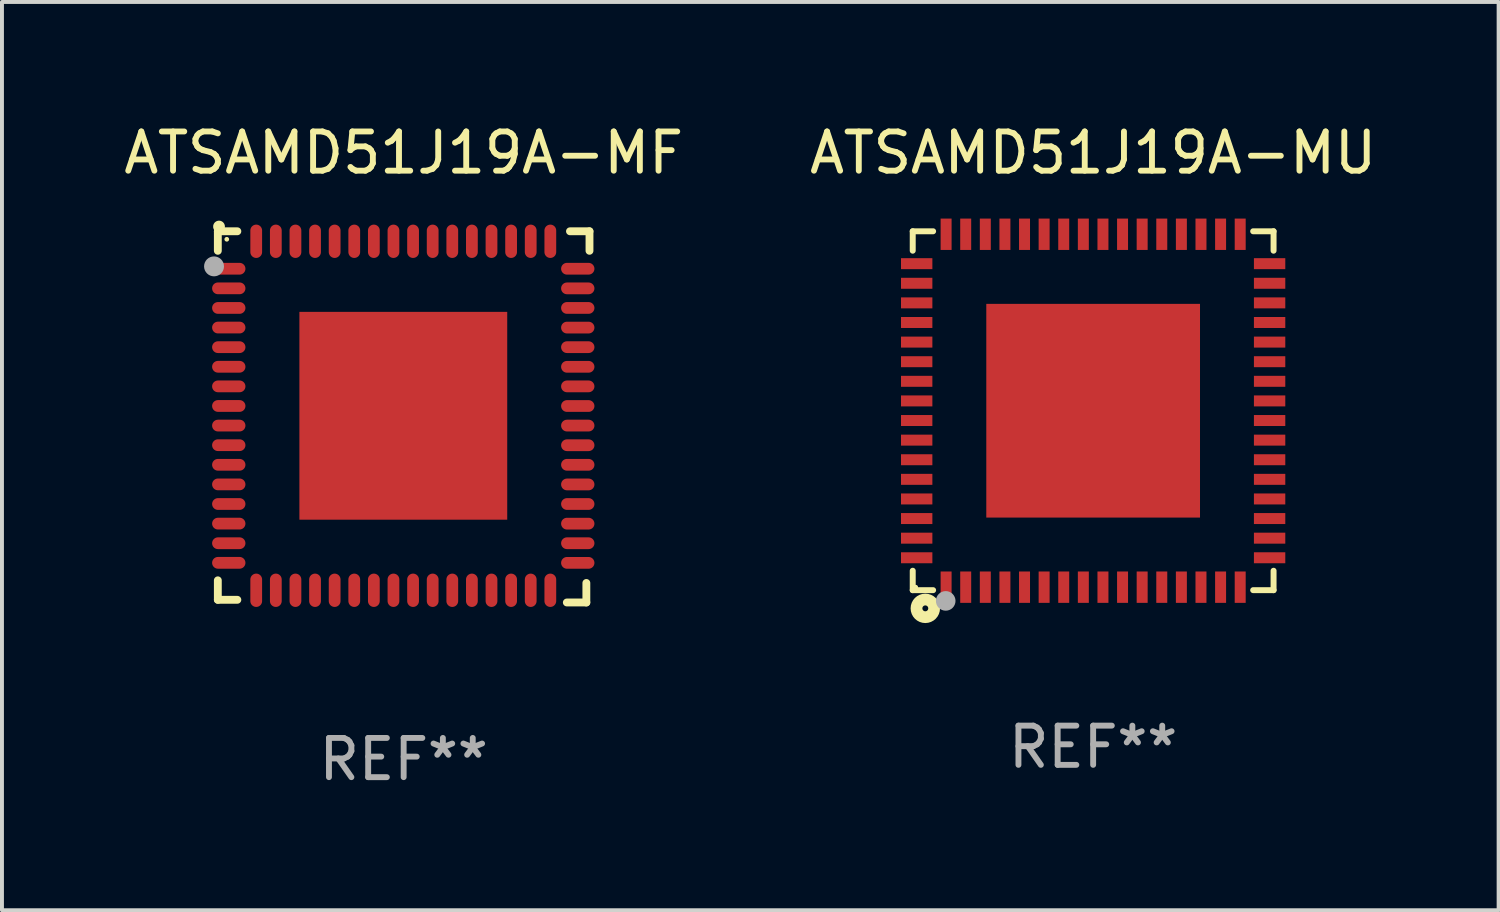
<source format=kicad_pcb>
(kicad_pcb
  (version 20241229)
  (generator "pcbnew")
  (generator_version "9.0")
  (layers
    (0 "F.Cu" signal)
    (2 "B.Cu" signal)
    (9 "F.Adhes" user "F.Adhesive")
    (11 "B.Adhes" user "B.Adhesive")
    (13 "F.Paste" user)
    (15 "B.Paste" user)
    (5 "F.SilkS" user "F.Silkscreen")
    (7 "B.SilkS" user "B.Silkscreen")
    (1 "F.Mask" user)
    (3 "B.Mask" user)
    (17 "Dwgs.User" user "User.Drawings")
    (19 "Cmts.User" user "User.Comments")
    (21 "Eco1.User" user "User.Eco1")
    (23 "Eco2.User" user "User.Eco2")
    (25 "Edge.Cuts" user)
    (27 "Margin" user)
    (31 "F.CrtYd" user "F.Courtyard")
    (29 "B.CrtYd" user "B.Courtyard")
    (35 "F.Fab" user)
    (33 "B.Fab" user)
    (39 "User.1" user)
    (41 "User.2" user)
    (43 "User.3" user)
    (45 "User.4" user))
  (footprint "ATSAMD51J19A-MU"
    (layer "F.Cu")
    (at 24.827 7.424)
    (property "Reference" "ATSAMD51J19A-MU" (at 0 -6.576 0) (layer "F.SilkS") (effects (font (size 1 1) (thickness 0.15))))
    (attr through_hole)
    (fp_line (start -4.601 -4.576) (end -4.081 -4.576) (stroke (width 0.152) (type solid)) (layer "F.SilkS"))
    (fp_line (start -4.601 -4.081) (end -4.601 -4.576) (stroke (width 0.152) (type solid)) (layer "F.SilkS"))
    (fp_line (start -4.601 4.081) (end -4.601 4.576) (stroke (width 0.152) (type solid)) (layer "F.SilkS"))
    (fp_line (start -4.601 4.576) (end -4.081 4.576) (stroke (width 0.152) (type solid)) (layer "F.SilkS"))
    (fp_line (start 4.601 -4.576) (end 4.081 -4.576) (stroke (width 0.152) (type solid)) (layer "F.SilkS"))
    (fp_line (start 4.601 -4.081) (end 4.601 -4.576) (stroke (width 0.152) (type solid)) (layer "F.SilkS"))
    (fp_line (start 4.601 4.081) (end 4.601 4.576) (stroke (width 0.152) (type solid)) (layer "F.SilkS"))
    (fp_line (start 4.601 4.576) (end 4.081 4.576) (stroke (width 0.152) (type solid)) (layer "F.SilkS"))
    (fp_circle (center -4.525 4.5) (end -4.495 4.5) (stroke (width 0.06) (type solid)) (fill no) (layer "F.SilkS"))
    (fp_circle (center -4.28 5.04) (end -4.205 5.04) (stroke (width 0.3) (type solid)) (fill no) (layer "F.SilkS"))
    (fp_circle (center -3.76 4.85) (end -3.635 4.85) (stroke (width 0.25) (type solid)) (fill no) (layer "F.Fab"))
    (fp_text user "REF**" (at 0 8.576 0) (layer "F.Fab") (effects (font (size 1 1) (thickness 0.15))))
    (pad "1" smd rect (at -3.75 4.5) (size 0.28 0.8) (layers "F.Cu" "F.Mask" "F.Paste"))
    (pad "2" smd rect (at -3.25 4.5) (size 0.28 0.8) (layers "F.Cu" "F.Mask" "F.Paste"))
    (pad "3" smd rect (at -2.75 4.5) (size 0.28 0.8) (layers "F.Cu" "F.Mask" "F.Paste"))
    (pad "4" smd rect (at -2.25 4.5) (size 0.28 0.8) (layers "F.Cu" "F.Mask" "F.Paste"))
    (pad "5" smd rect (at -1.75 4.5) (size 0.28 0.8) (layers "F.Cu" "F.Mask" "F.Paste"))
    (pad "6" smd rect (at -1.25 4.5) (size 0.28 0.8) (layers "F.Cu" "F.Mask" "F.Paste"))
    (pad "7" smd rect (at -0.75 4.5) (size 0.28 0.8) (layers "F.Cu" "F.Mask" "F.Paste"))
    (pad "8" smd rect (at -0.25 4.5) (size 0.28 0.8) (layers "F.Cu" "F.Mask" "F.Paste"))
    (pad "9" smd rect (at 0.25 4.5) (size 0.28 0.8) (layers "F.Cu" "F.Mask" "F.Paste"))
    (pad "10" smd rect (at 0.75 4.5) (size 0.28 0.8) (layers "F.Cu" "F.Mask" "F.Paste"))
    (pad "11" smd rect (at 1.25 4.5) (size 0.28 0.8) (layers "F.Cu" "F.Mask" "F.Paste"))
    (pad "12" smd rect (at 1.75 4.5) (size 0.28 0.8) (layers "F.Cu" "F.Mask" "F.Paste"))
    (pad "13" smd rect (at 2.25 4.5) (size 0.28 0.8) (layers "F.Cu" "F.Mask" "F.Paste"))
    (pad "14" smd rect (at 2.75 4.5) (size 0.28 0.8) (layers "F.Cu" "F.Mask" "F.Paste"))
    (pad "15" smd rect (at 3.25 4.5) (size 0.28 0.8) (layers "F.Cu" "F.Mask" "F.Paste"))
    (pad "16" smd rect (at 3.75 4.5) (size 0.28 0.8) (layers "F.Cu" "F.Mask" "F.Paste"))
    (pad "17" smd rect (at 4.5 3.75) (size 0.8 0.28) (layers "F.Cu" "F.Mask" "F.Paste"))
    (pad "18" smd rect (at 4.5 3.25) (size 0.8 0.28) (layers "F.Cu" "F.Mask" "F.Paste"))
    (pad "19" smd rect (at 4.5 2.75) (size 0.8 0.28) (layers "F.Cu" "F.Mask" "F.Paste"))
    (pad "20" smd rect (at 4.5 2.25) (size 0.8 0.28) (layers "F.Cu" "F.Mask" "F.Paste"))
    (pad "21" smd rect (at 4.5 1.75) (size 0.8 0.28) (layers "F.Cu" "F.Mask" "F.Paste"))
    (pad "22" smd rect (at 4.5 1.25) (size 0.8 0.28) (layers "F.Cu" "F.Mask" "F.Paste"))
    (pad "23" smd rect (at 4.5 0.75) (size 0.8 0.28) (layers "F.Cu" "F.Mask" "F.Paste"))
    (pad "24" smd rect (at 4.5 0.25) (size 0.8 0.28) (layers "F.Cu" "F.Mask" "F.Paste"))
    (pad "25" smd rect (at 4.5 -0.25) (size 0.8 0.28) (layers "F.Cu" "F.Mask" "F.Paste"))
    (pad "26" smd rect (at 4.5 -0.75) (size 0.8 0.28) (layers "F.Cu" "F.Mask" "F.Paste"))
    (pad "27" smd rect (at 4.5 -1.25) (size 0.8 0.28) (layers "F.Cu" "F.Mask" "F.Paste"))
    (pad "28" smd rect (at 4.5 -1.75) (size 0.8 0.28) (layers "F.Cu" "F.Mask" "F.Paste"))
    (pad "29" smd rect (at 4.5 -2.25) (size 0.8 0.28) (layers "F.Cu" "F.Mask" "F.Paste"))
    (pad "30" smd rect (at 4.5 -2.75) (size 0.8 0.28) (layers "F.Cu" "F.Mask" "F.Paste"))
    (pad "31" smd rect (at 4.5 -3.25) (size 0.8 0.28) (layers "F.Cu" "F.Mask" "F.Paste"))
    (pad "32" smd rect (at 4.5 -3.75) (size 0.8 0.28) (layers "F.Cu" "F.Mask" "F.Paste"))
    (pad "33" smd rect (at 3.75 -4.5) (size 0.28 0.8) (layers "F.Cu" "F.Mask" "F.Paste"))
    (pad "34" smd rect (at 3.25 -4.5) (size 0.28 0.8) (layers "F.Cu" "F.Mask" "F.Paste"))
    (pad "35" smd rect (at 2.75 -4.5) (size 0.28 0.8) (layers "F.Cu" "F.Mask" "F.Paste"))
    (pad "36" smd rect (at 2.25 -4.5) (size 0.28 0.8) (layers "F.Cu" "F.Mask" "F.Paste"))
    (pad "37" smd rect (at 1.75 -4.5) (size 0.28 0.8) (layers "F.Cu" "F.Mask" "F.Paste"))
    (pad "38" smd rect (at 1.25 -4.5) (size 0.28 0.8) (layers "F.Cu" "F.Mask" "F.Paste"))
    (pad "39" smd rect (at 0.75 -4.5) (size 0.28 0.8) (layers "F.Cu" "F.Mask" "F.Paste"))
    (pad "40" smd rect (at 0.25 -4.5) (size 0.28 0.8) (layers "F.Cu" "F.Mask" "F.Paste"))
    (pad "41" smd rect (at -0.25 -4.5) (size 0.28 0.8) (layers "F.Cu" "F.Mask" "F.Paste"))
    (pad "42" smd rect (at -0.75 -4.5) (size 0.28 0.8) (layers "F.Cu" "F.Mask" "F.Paste"))
    (pad "43" smd rect (at -1.25 -4.5) (size 0.28 0.8) (layers "F.Cu" "F.Mask" "F.Paste"))
    (pad "44" smd rect (at -1.75 -4.5) (size 0.28 0.8) (layers "F.Cu" "F.Mask" "F.Paste"))
    (pad "45" smd rect (at -2.25 -4.5) (size 0.28 0.8) (layers "F.Cu" "F.Mask" "F.Paste"))
    (pad "46" smd rect (at -2.75 -4.5) (size 0.28 0.8) (layers "F.Cu" "F.Mask" "F.Paste"))
    (pad "47" smd rect (at -3.25 -4.5) (size 0.28 0.8) (layers "F.Cu" "F.Mask" "F.Paste"))
    (pad "48" smd rect (at -3.75 -4.5) (size 0.28 0.8) (layers "F.Cu" "F.Mask" "F.Paste"))
    (pad "49" smd rect (at -4.5 -3.75) (size 0.8 0.28) (layers "F.Cu" "F.Mask" "F.Paste"))
    (pad "50" smd rect (at -4.5 -3.25) (size 0.8 0.28) (layers "F.Cu" "F.Mask" "F.Paste"))
    (pad "51" smd rect (at -4.5 -2.75) (size 0.8 0.28) (layers "F.Cu" "F.Mask" "F.Paste"))
    (pad "52" smd rect (at -4.5 -2.25) (size 0.8 0.28) (layers "F.Cu" "F.Mask" "F.Paste"))
    (pad "53" smd rect (at -4.5 -1.75) (size 0.8 0.28) (layers "F.Cu" "F.Mask" "F.Paste"))
    (pad "54" smd rect (at -4.5 -1.25) (size 0.8 0.28) (layers "F.Cu" "F.Mask" "F.Paste"))
    (pad "55" smd rect (at -4.5 -0.75) (size 0.8 0.28) (layers "F.Cu" "F.Mask" "F.Paste"))
    (pad "56" smd rect (at -4.5 -0.25) (size 0.8 0.28) (layers "F.Cu" "F.Mask" "F.Paste"))
    (pad "57" smd rect (at -4.5 0.25) (size 0.8 0.28) (layers "F.Cu" "F.Mask" "F.Paste"))
    (pad "58" smd rect (at -4.5 0.75) (size 0.8 0.28) (layers "F.Cu" "F.Mask" "F.Paste"))
    (pad "59" smd rect (at -4.5 1.25) (size 0.8 0.28) (layers "F.Cu" "F.Mask" "F.Paste"))
    (pad "60" smd rect (at -4.5 1.75) (size 0.8 0.28) (layers "F.Cu" "F.Mask" "F.Paste"))
    (pad "61" smd rect (at -4.5 2.25) (size 0.8 0.28) (layers "F.Cu" "F.Mask" "F.Paste"))
    (pad "62" smd rect (at -4.5 2.75) (size 0.8 0.28) (layers "F.Cu" "F.Mask" "F.Paste"))
    (pad "63" smd rect (at -4.5 3.25) (size 0.8 0.28) (layers "F.Cu" "F.Mask" "F.Paste"))
    (pad "64" smd rect (at -4.5 3.75) (size 0.8 0.28) (layers "F.Cu" "F.Mask" "F.Paste"))
    (pad "65" smd rect (at 0 0) (size 5.45 5.45) (layers "F.Cu" "F.Mask" "F.Paste")))
  (footprint "ATSAMD51J19A-MF"
    (layer "F.Cu")
    (at 7.244 7.581)
    (property "Reference" "ATSAMD51J19A-MF" (at 0 -6.733 0) (layer "F.SilkS") (effects (font (size 1 1) (thickness 0.15))))
    (attr through_hole)
    (fp_line (start -4.739 -4.733) (end -4.241 -4.733) (stroke (width 0.2) (type solid)) (layer "F.SilkS"))
    (fp_line (start -4.739 -4.235) (end -4.739 -4.733) (stroke (width 0.2) (type solid)) (layer "F.SilkS"))
    (fp_line (start -4.739 4.168) (end -4.739 4.665) (stroke (width 0.2) (type solid)) (layer "F.SilkS"))
    (fp_line (start -4.739 4.665) (end -4.241 4.665) (stroke (width 0.2) (type solid)) (layer "F.SilkS"))
    (fp_line (start 4.161 4.733) (end 4.659 4.733) (stroke (width 0.2) (type solid)) (layer "F.SilkS"))
    (fp_line (start 4.241 -4.733) (end 4.739 -4.733) (stroke (width 0.2) (type solid)) (layer "F.SilkS"))
    (fp_line (start 4.659 4.733) (end 4.659 4.235) (stroke (width 0.2) (type solid)) (layer "F.SilkS"))
    (fp_line (start 4.739 -4.733) (end 4.739 -4.235) (stroke (width 0.2) (type solid)) (layer "F.SilkS"))
    (fp_arc (start -4.708623 -4.85108) (mid -4.708628 -4.85235) (end -4.708623 -4.85362) (stroke (width 0.3) (type solid)) (layer "F.SilkS"))
    (fp_circle (center -4.511 -4.529) (end -4.481 -4.529) (stroke (width 0.06) (type solid)) (fill no) (layer "F.SilkS"))
    (fp_circle (center -4.836 -3.838) (end -4.709 -3.838) (stroke (width 0.254) (type solid)) (fill no) (layer "F.Fab"))
    (fp_text user "REF**" (at 0 8.733 0) (layer "F.Fab") (effects (font (size 1 1) (thickness 0.15))))
    (pad "1" smd oval (at -4.46 -3.778) (size 0.85 0.3) (layers "F.Cu" "F.Mask" "F.Paste"))
    (pad "2" smd oval (at -4.46 -3.278) (size 0.85 0.3) (layers "F.Cu" "F.Mask" "F.Paste"))
    (pad "3" smd oval (at -4.46 -2.778) (size 0.85 0.3) (layers "F.Cu" "F.Mask" "F.Paste"))
    (pad "4" smd oval (at -4.46 -2.278) (size 0.85 0.3) (layers "F.Cu" "F.Mask" "F.Paste"))
    (pad "5" smd oval (at -4.46 -1.778) (size 0.85 0.3) (layers "F.Cu" "F.Mask" "F.Paste"))
    (pad "6" smd oval (at -4.46 -1.278) (size 0.85 0.3) (layers "F.Cu" "F.Mask" "F.Paste"))
    (pad "7" smd oval (at -4.46 -0.778) (size 0.85 0.3) (layers "F.Cu" "F.Mask" "F.Paste"))
    (pad "8" smd oval (at -4.46 -0.278) (size 0.85 0.3) (layers "F.Cu" "F.Mask" "F.Paste"))
    (pad "9" smd oval (at -4.46 0.222) (size 0.85 0.3) (layers "F.Cu" "F.Mask" "F.Paste"))
    (pad "10" smd oval (at -4.46 0.722) (size 0.85 0.3) (layers "F.Cu" "F.Mask" "F.Paste"))
    (pad "11" smd oval (at -4.46 1.222) (size 0.85 0.3) (layers "F.Cu" "F.Mask" "F.Paste"))
    (pad "12" smd oval (at -4.46 1.722) (size 0.85 0.3) (layers "F.Cu" "F.Mask" "F.Paste"))
    (pad "13" smd oval (at -4.46 2.222) (size 0.85 0.3) (layers "F.Cu" "F.Mask" "F.Paste"))
    (pad "14" smd oval (at -4.46 2.722) (size 0.85 0.3) (layers "F.Cu" "F.Mask" "F.Paste"))
    (pad "15" smd oval (at -4.46 3.222) (size 0.85 0.3) (layers "F.Cu" "F.Mask" "F.Paste"))
    (pad "16" smd oval (at -4.46 3.722) (size 0.85 0.3) (layers "F.Cu" "F.Mask" "F.Paste"))
    (pad "17" smd oval (at -3.76 4.422) (size 0.3 0.85) (layers "F.Cu" "F.Mask" "F.Paste"))
    (pad "18" smd oval (at -3.26 4.422) (size 0.3 0.85) (layers "F.Cu" "F.Mask" "F.Paste"))
    (pad "19" smd oval (at -2.76 4.422) (size 0.3 0.85) (layers "F.Cu" "F.Mask" "F.Paste"))
    (pad "20" smd oval (at -2.26 4.422) (size 0.3 0.85) (layers "F.Cu" "F.Mask" "F.Paste"))
    (pad "21" smd oval (at -1.76 4.422) (size 0.3 0.85) (layers "F.Cu" "F.Mask" "F.Paste"))
    (pad "22" smd oval (at -1.26 4.422) (size 0.3 0.85) (layers "F.Cu" "F.Mask" "F.Paste"))
    (pad "23" smd oval (at -0.76 4.422) (size 0.3 0.85) (layers "F.Cu" "F.Mask" "F.Paste"))
    (pad "24" smd oval (at -0.26 4.422) (size 0.3 0.85) (layers "F.Cu" "F.Mask" "F.Paste"))
    (pad "25" smd oval (at 0.24 4.422) (size 0.3 0.85) (layers "F.Cu" "F.Mask" "F.Paste"))
    (pad "26" smd oval (at 0.74 4.422) (size 0.3 0.85) (layers "F.Cu" "F.Mask" "F.Paste"))
    (pad "27" smd oval (at 1.24 4.422) (size 0.3 0.85) (layers "F.Cu" "F.Mask" "F.Paste"))
    (pad "28" smd oval (at 1.74 4.422) (size 0.3 0.85) (layers "F.Cu" "F.Mask" "F.Paste"))
    (pad "29" smd oval (at 2.24 4.422) (size 0.3 0.85) (layers "F.Cu" "F.Mask" "F.Paste"))
    (pad "30" smd oval (at 2.74 4.422) (size 0.3 0.85) (layers "F.Cu" "F.Mask" "F.Paste"))
    (pad "31" smd oval (at 3.24 4.422) (size 0.3 0.85) (layers "F.Cu" "F.Mask" "F.Paste"))
    (pad "32" smd oval (at 3.74 4.422) (size 0.3 0.85) (layers "F.Cu" "F.Mask" "F.Paste"))
    (pad "33" smd oval (at 4.44 3.723) (size 0.85 0.3) (layers "F.Cu" "F.Mask" "F.Paste"))
    (pad "34" smd oval (at 4.44 3.222) (size 0.85 0.3) (layers "F.Cu" "F.Mask" "F.Paste"))
    (pad "35" smd oval (at 4.44 2.723) (size 0.85 0.3) (layers "F.Cu" "F.Mask" "F.Paste"))
    (pad "36" smd oval (at 4.44 2.222) (size 0.85 0.3) (layers "F.Cu" "F.Mask" "F.Paste"))
    (pad "37" smd oval (at 4.44 1.723) (size 0.85 0.3) (layers "F.Cu" "F.Mask" "F.Paste"))
    (pad "38" smd oval (at 4.44 1.222) (size 0.85 0.3) (layers "F.Cu" "F.Mask" "F.Paste"))
    (pad "39" smd oval (at 4.44 0.723) (size 0.85 0.3) (layers "F.Cu" "F.Mask" "F.Paste"))
    (pad "40" smd oval (at 4.44 0.222) (size 0.85 0.3) (layers "F.Cu" "F.Mask" "F.Paste"))
    (pad "41" smd oval (at 4.44 -0.277) (size 0.85 0.3) (layers "F.Cu" "F.Mask" "F.Paste"))
    (pad "42" smd oval (at 4.44 -0.778) (size 0.85 0.3) (layers "F.Cu" "F.Mask" "F.Paste"))
    (pad "43" smd oval (at 4.44 -1.277) (size 0.85 0.3) (layers "F.Cu" "F.Mask" "F.Paste"))
    (pad "44" smd oval (at 4.44 -1.778) (size 0.85 0.3) (layers "F.Cu" "F.Mask" "F.Paste"))
    (pad "45" smd oval (at 4.44 -2.277) (size 0.85 0.3) (layers "F.Cu" "F.Mask" "F.Paste"))
    (pad "46" smd oval (at 4.44 -2.778) (size 0.85 0.3) (layers "F.Cu" "F.Mask" "F.Paste"))
    (pad "47" smd oval (at 4.44 -3.277) (size 0.85 0.3) (layers "F.Cu" "F.Mask" "F.Paste"))
    (pad "48" smd oval (at 4.44 -3.778) (size 0.85 0.3) (layers "F.Cu" "F.Mask" "F.Paste"))
    (pad "49" smd oval (at 3.74 -4.478) (size 0.3 0.85) (layers "F.Cu" "F.Mask" "F.Paste"))
    (pad "50" smd oval (at 3.24 -4.478) (size 0.3 0.85) (layers "F.Cu" "F.Mask" "F.Paste"))
    (pad "51" smd oval (at 2.74 -4.478) (size 0.3 0.85) (layers "F.Cu" "F.Mask" "F.Paste"))
    (pad "52" smd oval (at 2.24 -4.478) (size 0.3 0.85) (layers "F.Cu" "F.Mask" "F.Paste"))
    (pad "53" smd oval (at 1.74 -4.478) (size 0.3 0.85) (layers "F.Cu" "F.Mask" "F.Paste"))
    (pad "54" smd oval (at 1.24 -4.478) (size 0.3 0.85) (layers "F.Cu" "F.Mask" "F.Paste"))
    (pad "55" smd oval (at 0.74 -4.478) (size 0.3 0.85) (layers "F.Cu" "F.Mask" "F.Paste"))
    (pad "56" smd oval (at 0.24 -4.478) (size 0.3 0.85) (layers "F.Cu" "F.Mask" "F.Paste"))
    (pad "57" smd oval (at -0.26 -4.478) (size 0.3 0.85) (layers "F.Cu" "F.Mask" "F.Paste"))
    (pad "58" smd oval (at -0.76 -4.478) (size 0.3 0.85) (layers "F.Cu" "F.Mask" "F.Paste"))
    (pad "59" smd oval (at -1.26 -4.478) (size 0.3 0.85) (layers "F.Cu" "F.Mask" "F.Paste"))
    (pad "60" smd oval (at -1.76 -4.478) (size 0.3 0.85) (layers "F.Cu" "F.Mask" "F.Paste"))
    (pad "61" smd oval (at -2.26 -4.478) (size 0.3 0.85) (layers "F.Cu" "F.Mask" "F.Paste"))
    (pad "62" smd oval (at -2.76 -4.478) (size 0.3 0.85) (layers "F.Cu" "F.Mask" "F.Paste"))
    (pad "63" smd oval (at -3.26 -4.478) (size 0.3 0.85) (layers "F.Cu" "F.Mask" "F.Paste"))
    (pad "64" smd oval (at -3.76 -4.478) (size 0.3 0.85) (layers "F.Cu" "F.Mask" "F.Paste"))
    (pad "65" smd rect (at -0.009 -0.028 90) (size 5.3 5.3) (layers "F.Cu" "F.Mask" "F.Paste")))
  (gr_rect
    (start -3 -3)
    (end 35.167 20.162)
    (stroke (width 0.1) (type default))
    (fill no)
    (layer "Edge.Cuts")))
</source>
